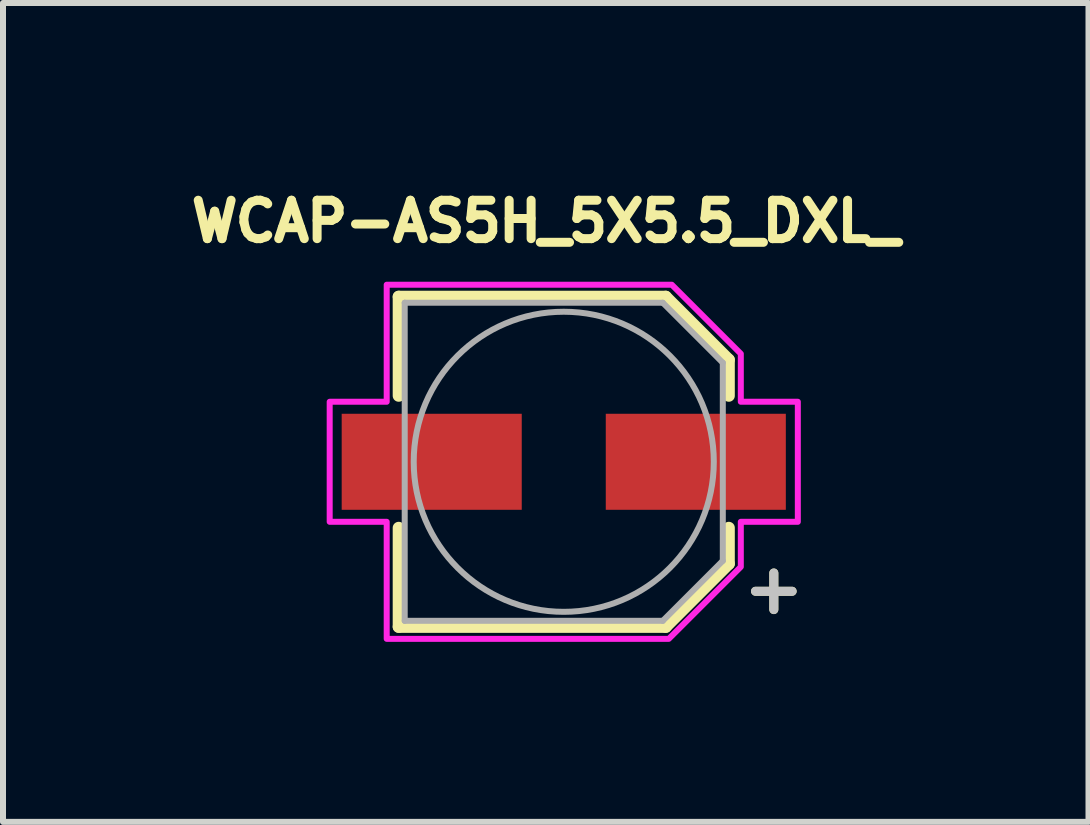
<source format=kicad_pcb>
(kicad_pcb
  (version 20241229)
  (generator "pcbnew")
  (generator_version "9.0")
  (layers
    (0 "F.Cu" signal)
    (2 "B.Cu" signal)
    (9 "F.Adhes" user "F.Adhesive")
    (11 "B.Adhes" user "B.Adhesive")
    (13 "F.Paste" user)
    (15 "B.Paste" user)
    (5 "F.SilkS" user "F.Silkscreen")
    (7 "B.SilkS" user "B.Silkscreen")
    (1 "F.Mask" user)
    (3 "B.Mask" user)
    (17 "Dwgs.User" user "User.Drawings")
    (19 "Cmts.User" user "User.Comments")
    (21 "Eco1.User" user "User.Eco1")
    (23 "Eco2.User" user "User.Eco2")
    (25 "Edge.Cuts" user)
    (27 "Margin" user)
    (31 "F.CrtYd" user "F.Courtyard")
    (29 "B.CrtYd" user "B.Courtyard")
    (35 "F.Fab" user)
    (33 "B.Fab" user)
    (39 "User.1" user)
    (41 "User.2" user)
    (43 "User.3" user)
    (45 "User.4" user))
  (footprint "WCAP-AS5H_5X5.5_DXL_"
    (layer "F.Cu")
    (at 6.343 4.644)
    (property "Reference" "WCAP-AS5H_5X5.5_DXL_" (at -0.3 -4.006 0) (layer "F.SilkS") (effects (font (size 0.64 0.64) (thickness 0.15))))
    (attr smd)
    (fp_line (start -2.75 -2.75) (end -2.75 -1.1) (stroke (width 0.2) (type solid)) (layer "F.SilkS"))
    (fp_line (start -2.75 -2.75) (end 1.7 -2.75) (stroke (width 0.2) (type solid)) (layer "F.SilkS"))
    (fp_line (start -2.75 2.75) (end -2.75 1.1) (stroke (width 0.2) (type solid)) (layer "F.SilkS"))
    (fp_line (start -2.75 2.75) (end 1.7 2.75) (stroke (width 0.2) (type solid)) (layer "F.SilkS"))
    (fp_line (start 1.7 -2.75) (end 2.75 -1.7) (stroke (width 0.2) (type solid)) (layer "F.SilkS"))
    (fp_line (start 1.7 2.75) (end 2.75 1.7) (stroke (width 0.2) (type solid)) (layer "F.SilkS"))
    (fp_line (start 2.75 -1.7) (end 2.75 -1.1) (stroke (width 0.2) (type solid)) (layer "F.SilkS"))
    (fp_line (start 2.75 1.7) (end 2.75 1.1) (stroke (width 0.2) (type solid)) (layer "F.SilkS"))
    (fp_poly (pts (xy -2.95 -2.95) (xy -2.95 -1) (xy -3.9 -1) (xy -3.9 1) (xy -2.95 1) (xy -2.95 2.95) (xy 1.75 2.95) (xy 2.95 1.75) (xy 2.95 1) (xy 3.9 1) (xy 3.9 -1) (xy 2.95 -1) (xy 2.95 -1.8) (xy 1.8 -2.95)) (stroke (width 0.1) (type solid)) (fill no) (layer "F.CrtYd"))
    (fp_line (start -2.65 -2.65) (end -2.65 2.65) (stroke (width 0.1) (type solid)) (layer "F.Fab"))
    (fp_line (start -2.65 2.65) (end 1.65 2.65) (stroke (width 0.1) (type solid)) (layer "F.Fab"))
    (fp_line (start 1.65 -2.65) (end -2.65 -2.65) (stroke (width 0.1) (type solid)) (layer "F.Fab"))
    (fp_line (start 1.65 2.65) (end 2.65 1.65) (stroke (width 0.1) (type solid)) (layer "F.Fab"))
    (fp_line (start 2.65 -1.65) (end 1.65 -2.65) (stroke (width 0.1) (type solid)) (layer "F.Fab"))
    (fp_line (start 2.65 1.65) (end 2.65 -1.65) (stroke (width 0.1) (type solid)) (layer "F.Fab"))
    (fp_circle (center 0 0) (end 2.5 0) (stroke (width 0.1) (type solid)) (fill no) (layer "F.Fab"))
    (fp_text user "+" (at 3.5 2.1 0) (layer "F.SilkS") (effects (font (size 0.8 0.8) (thickness 0.15))))
    (fp_text user "+" (at 3.5 2.1 0) (layer "Dwgs.User") (effects (font (size 0.8 0.8) (thickness 0.15))))
    (pad "1" smd rect (at 2.2 0) (size 3 1.6) (layers "F.Cu" "F.Mask" "F.Paste"))
    (pad "2" smd rect (at -2.2 0) (size 3 1.6) (layers "F.Cu" "F.Mask" "F.Paste")))
  (gr_rect
    (start -3 -3)
    (end 15.086 10.644)
    (stroke (width 0.1) (type default))
    (fill no)
    (layer "Edge.Cuts")))
</source>
